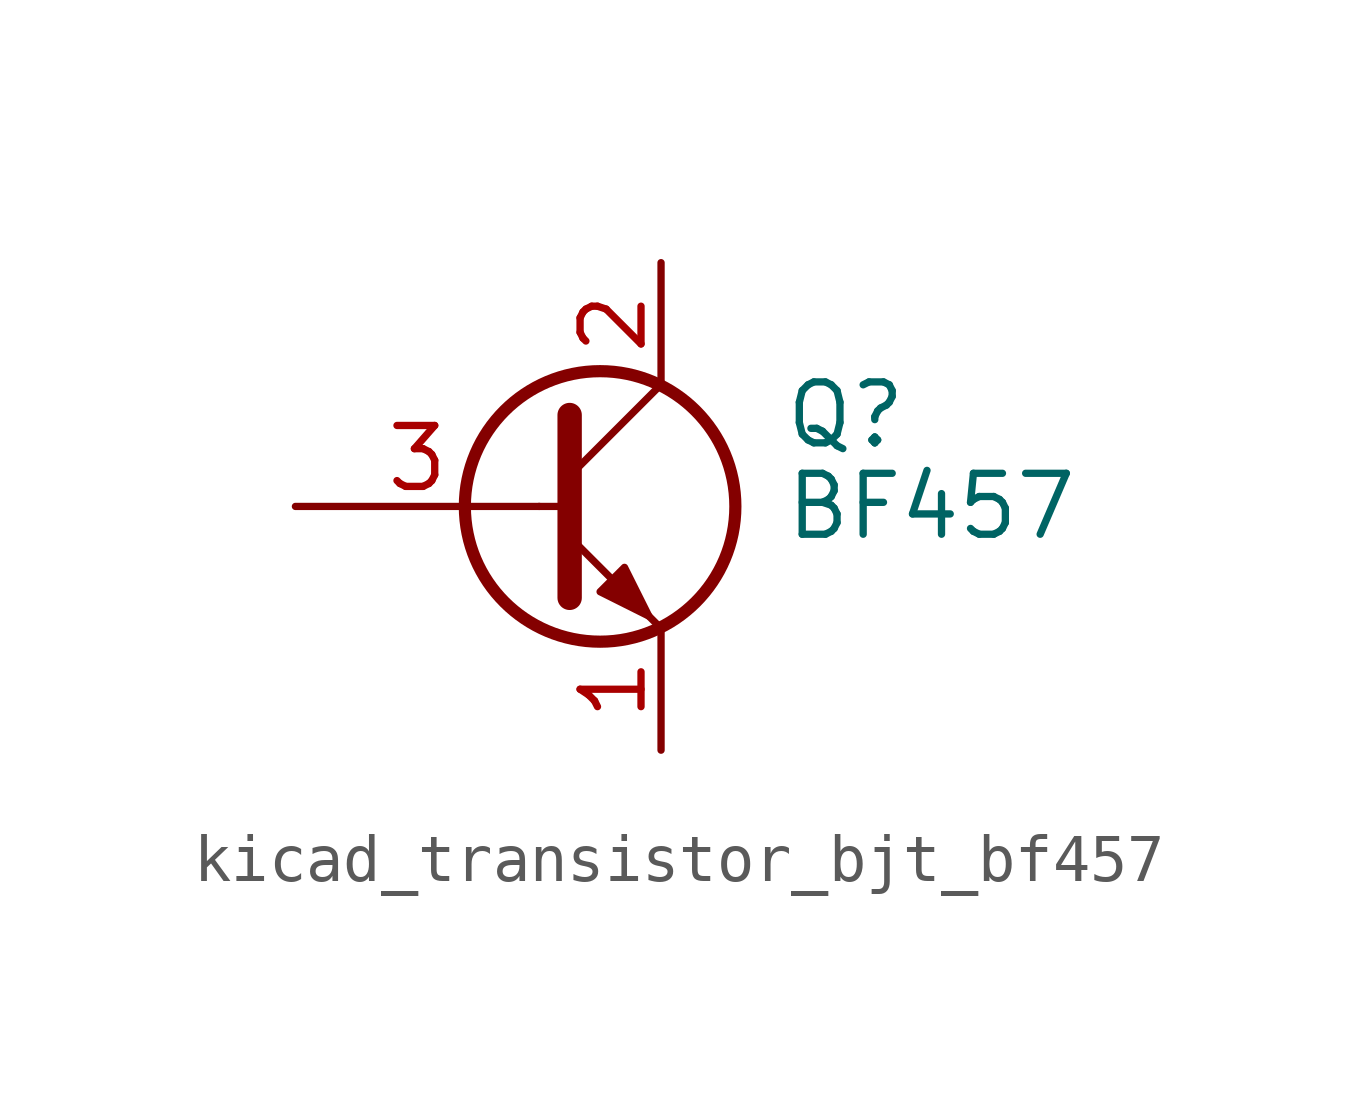
<source format=kicad_sym>
(kicad_symbol_lib
  (version 20220914)
  (generator kicad_symbol_editor)
  (symbol "kicad_transistor_bjt_bf457"
    (pin_names
      (offset 0) hide)
    (property "Reference" "Q"
      (at 5.08 1.905 0)
      (effects (font (size 1.27 1.27)) (justify left)))
    (property "Value" "BF457"
      (at 5.08 0 0)
      (effects (font (size 1.27 1.27)) (justify left)))
    (symbol "kicad_transistor_bjt_bf457_0_1"
      (polyline (pts (xy 0 0) (xy 0.635 0)) (stroke (width 0) (type default)) (fill (type none)))
      (polyline (pts (xy 0.635 0.635) (xy 2.54 2.54)) (stroke (width 0) (type default)) (fill (type none)))
      (polyline (pts (xy 0.635 -0.635) (xy 2.54 -2.54) (xy 2.54 -2.54)) (stroke (width 0) (type default)) (fill (type none)))
      (polyline (pts (xy 0.635 1.905) (xy 0.635 -1.905) (xy 0.635 -1.905)) (stroke (width 0.508) (type default)) (fill (type none)))
      (polyline (pts (xy 1.27 -1.778) (xy 1.778 -1.27) (xy 2.286 -2.286) (xy 1.27 -1.778) (xy 1.27 -1.778)) (stroke (width 0) (type default)) (fill (type outline)))
      (circle (center 1.27 0) (radius 2.819) (stroke (width 0.254) (type default)) (fill (type none))))
    (symbol "kicad_transistor_bjt_bf457_1_1"
      (pin passive line (at 2.54 -5.08 90) (length 2.54) (name "E" (effects (font (size 1.27 1.27)))) (number "1" (effects (font (size 1.27 1.27)))))
      (pin passive line (at 2.54 5.08 270) (length 2.54) (name "C" (effects (font (size 1.27 1.27)))) (number "2" (effects (font (size 1.27 1.27)))))
      (pin input line (at -5.08 0 0) (length 5.08) (name "B" (effects (font (size 1.27 1.27)))) (number "3" (effects (font (size 1.27 1.27))))))))
</source>
